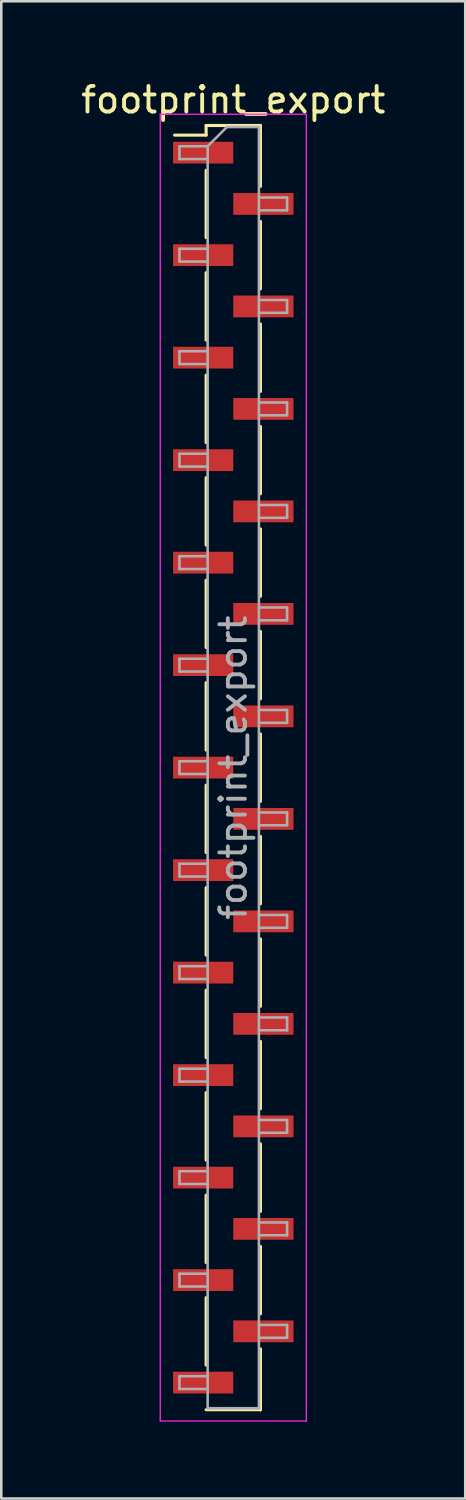
<source format=kicad_pcb>
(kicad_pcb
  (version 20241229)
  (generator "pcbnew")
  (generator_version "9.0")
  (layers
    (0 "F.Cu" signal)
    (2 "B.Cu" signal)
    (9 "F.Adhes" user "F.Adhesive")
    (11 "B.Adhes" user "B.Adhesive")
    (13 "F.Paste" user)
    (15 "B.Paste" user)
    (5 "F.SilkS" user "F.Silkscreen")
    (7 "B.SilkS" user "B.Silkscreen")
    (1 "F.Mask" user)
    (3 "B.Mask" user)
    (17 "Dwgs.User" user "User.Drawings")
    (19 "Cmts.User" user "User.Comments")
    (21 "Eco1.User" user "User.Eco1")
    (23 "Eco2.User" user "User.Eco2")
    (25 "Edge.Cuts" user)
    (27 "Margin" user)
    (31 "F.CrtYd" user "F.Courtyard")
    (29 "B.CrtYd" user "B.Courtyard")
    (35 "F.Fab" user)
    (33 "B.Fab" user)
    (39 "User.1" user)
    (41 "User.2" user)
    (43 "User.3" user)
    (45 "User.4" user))
  (footprint "footprint_export"
    (layer "F.Cu")
    (at 6.054 26.908)
    (property "Reference" "footprint_export" (at 0 -26.06 0) (layer "F.SilkS") (effects (font (size 1 1) (thickness 0.15))))
    (attr smd)
    (fp_line (start -1.06 -25.06) (end -1.06 -24.685) (stroke (width 0.12) (type solid)) (layer "F.SilkS"))
    (fp_line (start -1.06 -25.06) (end 1.06 -25.06) (stroke (width 0.12) (type solid)) (layer "F.SilkS"))
    (fp_line (start -1.06 -24.685) (end -2.29 -24.685) (stroke (width 0.12) (type solid)) (layer "F.SilkS"))
    (fp_line (start -1.06 -23.315) (end -1.06 -20.685) (stroke (width 0.12) (type solid)) (layer "F.SilkS"))
    (fp_line (start -1.06 -19.315) (end -1.06 -16.685) (stroke (width 0.12) (type solid)) (layer "F.SilkS"))
    (fp_line (start -1.06 -15.315) (end -1.06 -12.685) (stroke (width 0.12) (type solid)) (layer "F.SilkS"))
    (fp_line (start -1.06 -11.315) (end -1.06 -8.685) (stroke (width 0.12) (type solid)) (layer "F.SilkS"))
    (fp_line (start -1.06 -7.315) (end -1.06 -4.685) (stroke (width 0.12) (type solid)) (layer "F.SilkS"))
    (fp_line (start -1.06 -3.315) (end -1.06 -0.685) (stroke (width 0.12) (type solid)) (layer "F.SilkS"))
    (fp_line (start -1.06 0.685) (end -1.06 3.315) (stroke (width 0.12) (type solid)) (layer "F.SilkS"))
    (fp_line (start -1.06 4.685) (end -1.06 7.315) (stroke (width 0.12) (type solid)) (layer "F.SilkS"))
    (fp_line (start -1.06 8.685) (end -1.06 11.315) (stroke (width 0.12) (type solid)) (layer "F.SilkS"))
    (fp_line (start -1.06 12.685) (end -1.06 15.315) (stroke (width 0.12) (type solid)) (layer "F.SilkS"))
    (fp_line (start -1.06 16.685) (end -1.06 19.315) (stroke (width 0.12) (type solid)) (layer "F.SilkS"))
    (fp_line (start -1.06 20.685) (end -1.06 23.315) (stroke (width 0.12) (type solid)) (layer "F.SilkS"))
    (fp_line (start -1.06 25.06) (end 1.06 25.06) (stroke (width 0.12) (type solid)) (layer "F.SilkS"))
    (fp_line (start 1.06 -25.06) (end 1.06 -22.685) (stroke (width 0.12) (type solid)) (layer "F.SilkS"))
    (fp_line (start 1.06 -21.315) (end 1.06 -18.685) (stroke (width 0.12) (type solid)) (layer "F.SilkS"))
    (fp_line (start 1.06 -17.315) (end 1.06 -14.685) (stroke (width 0.12) (type solid)) (layer "F.SilkS"))
    (fp_line (start 1.06 -13.315) (end 1.06 -10.685) (stroke (width 0.12) (type solid)) (layer "F.SilkS"))
    (fp_line (start 1.06 -9.315) (end 1.06 -6.685) (stroke (width 0.12) (type solid)) (layer "F.SilkS"))
    (fp_line (start 1.06 -5.315) (end 1.06 -2.685) (stroke (width 0.12) (type solid)) (layer "F.SilkS"))
    (fp_line (start 1.06 -1.315) (end 1.06 1.315) (stroke (width 0.12) (type solid)) (layer "F.SilkS"))
    (fp_line (start 1.06 2.685) (end 1.06 5.315) (stroke (width 0.12) (type solid)) (layer "F.SilkS"))
    (fp_line (start 1.06 6.685) (end 1.06 9.315) (stroke (width 0.12) (type solid)) (layer "F.SilkS"))
    (fp_line (start 1.06 10.685) (end 1.06 13.315) (stroke (width 0.12) (type solid)) (layer "F.SilkS"))
    (fp_line (start 1.06 14.685) (end 1.06 17.315) (stroke (width 0.12) (type solid)) (layer "F.SilkS"))
    (fp_line (start 1.06 18.685) (end 1.06 21.315) (stroke (width 0.12) (type solid)) (layer "F.SilkS"))
    (fp_line (start 1.06 22.685) (end 1.06 25.06) (stroke (width 0.12) (type solid)) (layer "F.SilkS"))
    (fp_line (start 1.06 24.685) (end 1.06 25.06) (stroke (width 0.12) (type solid)) (layer "F.SilkS"))
    (fp_line (start -2.85 -25.5) (end -2.85 25.5) (stroke (width 0.05) (type solid)) (layer "F.CrtYd"))
    (fp_line (start -2.85 25.5) (end 2.85 25.5) (stroke (width 0.05) (type solid)) (layer "F.CrtYd"))
    (fp_line (start 2.85 -25.5) (end -2.85 -25.5) (stroke (width 0.05) (type solid)) (layer "F.CrtYd"))
    (fp_line (start 2.85 25.5) (end 2.85 -25.5) (stroke (width 0.05) (type solid)) (layer "F.CrtYd"))
    (fp_line (start -2.1 -24.25) (end -2.1 -23.75) (stroke (width 0.1) (type solid)) (layer "F.Fab"))
    (fp_line (start -2.1 -23.75) (end -1 -23.75) (stroke (width 0.1) (type solid)) (layer "F.Fab"))
    (fp_line (start -2.1 -20.25) (end -2.1 -19.75) (stroke (width 0.1) (type solid)) (layer "F.Fab"))
    (fp_line (start -2.1 -19.75) (end -1 -19.75) (stroke (width 0.1) (type solid)) (layer "F.Fab"))
    (fp_line (start -2.1 -16.25) (end -2.1 -15.75) (stroke (width 0.1) (type solid)) (layer "F.Fab"))
    (fp_line (start -2.1 -15.75) (end -1 -15.75) (stroke (width 0.1) (type solid)) (layer "F.Fab"))
    (fp_line (start -2.1 -12.25) (end -2.1 -11.75) (stroke (width 0.1) (type solid)) (layer "F.Fab"))
    (fp_line (start -2.1 -11.75) (end -1 -11.75) (stroke (width 0.1) (type solid)) (layer "F.Fab"))
    (fp_line (start -2.1 -8.25) (end -2.1 -7.75) (stroke (width 0.1) (type solid)) (layer "F.Fab"))
    (fp_line (start -2.1 -7.75) (end -1 -7.75) (stroke (width 0.1) (type solid)) (layer "F.Fab"))
    (fp_line (start -2.1 -4.25) (end -2.1 -3.75) (stroke (width 0.1) (type solid)) (layer "F.Fab"))
    (fp_line (start -2.1 -3.75) (end -1 -3.75) (stroke (width 0.1) (type solid)) (layer "F.Fab"))
    (fp_line (start -2.1 -0.25) (end -2.1 0.25) (stroke (width 0.1) (type solid)) (layer "F.Fab"))
    (fp_line (start -2.1 0.25) (end -1 0.25) (stroke (width 0.1) (type solid)) (layer "F.Fab"))
    (fp_line (start -2.1 3.75) (end -2.1 4.25) (stroke (width 0.1) (type solid)) (layer "F.Fab"))
    (fp_line (start -2.1 4.25) (end -1 4.25) (stroke (width 0.1) (type solid)) (layer "F.Fab"))
    (fp_line (start -2.1 7.75) (end -2.1 8.25) (stroke (width 0.1) (type solid)) (layer "F.Fab"))
    (fp_line (start -2.1 8.25) (end -1 8.25) (stroke (width 0.1) (type solid)) (layer "F.Fab"))
    (fp_line (start -2.1 11.75) (end -2.1 12.25) (stroke (width 0.1) (type solid)) (layer "F.Fab"))
    (fp_line (start -2.1 12.25) (end -1 12.25) (stroke (width 0.1) (type solid)) (layer "F.Fab"))
    (fp_line (start -2.1 15.75) (end -2.1 16.25) (stroke (width 0.1) (type solid)) (layer "F.Fab"))
    (fp_line (start -2.1 16.25) (end -1 16.25) (stroke (width 0.1) (type solid)) (layer "F.Fab"))
    (fp_line (start -2.1 19.75) (end -2.1 20.25) (stroke (width 0.1) (type solid)) (layer "F.Fab"))
    (fp_line (start -2.1 20.25) (end -1 20.25) (stroke (width 0.1) (type solid)) (layer "F.Fab"))
    (fp_line (start -2.1 23.75) (end -2.1 24.25) (stroke (width 0.1) (type solid)) (layer "F.Fab"))
    (fp_line (start -2.1 24.25) (end -1 24.25) (stroke (width 0.1) (type solid)) (layer "F.Fab"))
    (fp_line (start -1 -24.25) (end -2.1 -24.25) (stroke (width 0.1) (type solid)) (layer "F.Fab"))
    (fp_line (start -1 -24.25) (end -0.25 -25) (stroke (width 0.1) (type solid)) (layer "F.Fab"))
    (fp_line (start -1 -20.25) (end -2.1 -20.25) (stroke (width 0.1) (type solid)) (layer "F.Fab"))
    (fp_line (start -1 -16.25) (end -2.1 -16.25) (stroke (width 0.1) (type solid)) (layer "F.Fab"))
    (fp_line (start -1 -12.25) (end -2.1 -12.25) (stroke (width 0.1) (type solid)) (layer "F.Fab"))
    (fp_line (start -1 -8.25) (end -2.1 -8.25) (stroke (width 0.1) (type solid)) (layer "F.Fab"))
    (fp_line (start -1 -4.25) (end -2.1 -4.25) (stroke (width 0.1) (type solid)) (layer "F.Fab"))
    (fp_line (start -1 -0.25) (end -2.1 -0.25) (stroke (width 0.1) (type solid)) (layer "F.Fab"))
    (fp_line (start -1 3.75) (end -2.1 3.75) (stroke (width 0.1) (type solid)) (layer "F.Fab"))
    (fp_line (start -1 7.75) (end -2.1 7.75) (stroke (width 0.1) (type solid)) (layer "F.Fab"))
    (fp_line (start -1 11.75) (end -2.1 11.75) (stroke (width 0.1) (type solid)) (layer "F.Fab"))
    (fp_line (start -1 15.75) (end -2.1 15.75) (stroke (width 0.1) (type solid)) (layer "F.Fab"))
    (fp_line (start -1 19.75) (end -2.1 19.75) (stroke (width 0.1) (type solid)) (layer "F.Fab"))
    (fp_line (start -1 23.75) (end -2.1 23.75) (stroke (width 0.1) (type solid)) (layer "F.Fab"))
    (fp_line (start -1 25) (end -1 -24.25) (stroke (width 0.1) (type solid)) (layer "F.Fab"))
    (fp_line (start -0.25 -25) (end 1 -25) (stroke (width 0.1) (type solid)) (layer "F.Fab"))
    (fp_line (start 1 -25) (end 1 25) (stroke (width 0.1) (type solid)) (layer "F.Fab"))
    (fp_line (start 1 -22.25) (end 2.1 -22.25) (stroke (width 0.1) (type solid)) (layer "F.Fab"))
    (fp_line (start 1 -18.25) (end 2.1 -18.25) (stroke (width 0.1) (type solid)) (layer "F.Fab"))
    (fp_line (start 1 -14.25) (end 2.1 -14.25) (stroke (width 0.1) (type solid)) (layer "F.Fab"))
    (fp_line (start 1 -10.25) (end 2.1 -10.25) (stroke (width 0.1) (type solid)) (layer "F.Fab"))
    (fp_line (start 1 -6.25) (end 2.1 -6.25) (stroke (width 0.1) (type solid)) (layer "F.Fab"))
    (fp_line (start 1 -2.25) (end 2.1 -2.25) (stroke (width 0.1) (type solid)) (layer "F.Fab"))
    (fp_line (start 1 1.75) (end 2.1 1.75) (stroke (width 0.1) (type solid)) (layer "F.Fab"))
    (fp_line (start 1 5.75) (end 2.1 5.75) (stroke (width 0.1) (type solid)) (layer "F.Fab"))
    (fp_line (start 1 9.75) (end 2.1 9.75) (stroke (width 0.1) (type solid)) (layer "F.Fab"))
    (fp_line (start 1 13.75) (end 2.1 13.75) (stroke (width 0.1) (type solid)) (layer "F.Fab"))
    (fp_line (start 1 17.75) (end 2.1 17.75) (stroke (width 0.1) (type solid)) (layer "F.Fab"))
    (fp_line (start 1 21.75) (end 2.1 21.75) (stroke (width 0.1) (type solid)) (layer "F.Fab"))
    (fp_line (start 1 25) (end -1 25) (stroke (width 0.1) (type solid)) (layer "F.Fab"))
    (fp_line (start 2.1 -22.25) (end 2.1 -21.75) (stroke (width 0.1) (type solid)) (layer "F.Fab"))
    (fp_line (start 2.1 -21.75) (end 1 -21.75) (stroke (width 0.1) (type solid)) (layer "F.Fab"))
    (fp_line (start 2.1 -18.25) (end 2.1 -17.75) (stroke (width 0.1) (type solid)) (layer "F.Fab"))
    (fp_line (start 2.1 -17.75) (end 1 -17.75) (stroke (width 0.1) (type solid)) (layer "F.Fab"))
    (fp_line (start 2.1 -14.25) (end 2.1 -13.75) (stroke (width 0.1) (type solid)) (layer "F.Fab"))
    (fp_line (start 2.1 -13.75) (end 1 -13.75) (stroke (width 0.1) (type solid)) (layer "F.Fab"))
    (fp_line (start 2.1 -10.25) (end 2.1 -9.75) (stroke (width 0.1) (type solid)) (layer "F.Fab"))
    (fp_line (start 2.1 -9.75) (end 1 -9.75) (stroke (width 0.1) (type solid)) (layer "F.Fab"))
    (fp_line (start 2.1 -6.25) (end 2.1 -5.75) (stroke (width 0.1) (type solid)) (layer "F.Fab"))
    (fp_line (start 2.1 -5.75) (end 1 -5.75) (stroke (width 0.1) (type solid)) (layer "F.Fab"))
    (fp_line (start 2.1 -2.25) (end 2.1 -1.75) (stroke (width 0.1) (type solid)) (layer "F.Fab"))
    (fp_line (start 2.1 -1.75) (end 1 -1.75) (stroke (width 0.1) (type solid)) (layer "F.Fab"))
    (fp_line (start 2.1 1.75) (end 2.1 2.25) (stroke (width 0.1) (type solid)) (layer "F.Fab"))
    (fp_line (start 2.1 2.25) (end 1 2.25) (stroke (width 0.1) (type solid)) (layer "F.Fab"))
    (fp_line (start 2.1 5.75) (end 2.1 6.25) (stroke (width 0.1) (type solid)) (layer "F.Fab"))
    (fp_line (start 2.1 6.25) (end 1 6.25) (stroke (width 0.1) (type solid)) (layer "F.Fab"))
    (fp_line (start 2.1 9.75) (end 2.1 10.25) (stroke (width 0.1) (type solid)) (layer "F.Fab"))
    (fp_line (start 2.1 10.25) (end 1 10.25) (stroke (width 0.1) (type solid)) (layer "F.Fab"))
    (fp_line (start 2.1 13.75) (end 2.1 14.25) (stroke (width 0.1) (type solid)) (layer "F.Fab"))
    (fp_line (start 2.1 14.25) (end 1 14.25) (stroke (width 0.1) (type solid)) (layer "F.Fab"))
    (fp_line (start 2.1 17.75) (end 2.1 18.25) (stroke (width 0.1) (type solid)) (layer "F.Fab"))
    (fp_line (start 2.1 18.25) (end 1 18.25) (stroke (width 0.1) (type solid)) (layer "F.Fab"))
    (fp_line (start 2.1 21.75) (end 2.1 22.25) (stroke (width 0.1) (type solid)) (layer "F.Fab"))
    (fp_line (start 2.1 22.25) (end 1 22.25) (stroke (width 0.1) (type solid)) (layer "F.Fab"))
    (fp_text user "${REFERENCE}" (at 0 0 90) (layer "F.Fab") (effects (font (size 1 1) (thickness 0.15))))
    (pad "1" smd rect (at -1.175 -24) (size 2.35 0.85) (layers "F.Cu" "F.Mask" "F.Paste"))
    (pad "2" smd rect (at 1.175 -22) (size 2.35 0.85) (layers "F.Cu" "F.Mask" "F.Paste"))
    (pad "3" smd rect (at -1.175 -20) (size 2.35 0.85) (layers "F.Cu" "F.Mask" "F.Paste"))
    (pad "4" smd rect (at 1.175 -18) (size 2.35 0.85) (layers "F.Cu" "F.Mask" "F.Paste"))
    (pad "5" smd rect (at -1.175 -16) (size 2.35 0.85) (layers "F.Cu" "F.Mask" "F.Paste"))
    (pad "6" smd rect (at 1.175 -14) (size 2.35 0.85) (layers "F.Cu" "F.Mask" "F.Paste"))
    (pad "7" smd rect (at -1.175 -12) (size 2.35 0.85) (layers "F.Cu" "F.Mask" "F.Paste"))
    (pad "8" smd rect (at 1.175 -10) (size 2.35 0.85) (layers "F.Cu" "F.Mask" "F.Paste"))
    (pad "9" smd rect (at -1.175 -8) (size 2.35 0.85) (layers "F.Cu" "F.Mask" "F.Paste"))
    (pad "10" smd rect (at 1.175 -6) (size 2.35 0.85) (layers "F.Cu" "F.Mask" "F.Paste"))
    (pad "11" smd rect (at -1.175 -4) (size 2.35 0.85) (layers "F.Cu" "F.Mask" "F.Paste"))
    (pad "12" smd rect (at 1.175 -2) (size 2.35 0.85) (layers "F.Cu" "F.Mask" "F.Paste"))
    (pad "13" smd rect (at -1.175 0) (size 2.35 0.85) (layers "F.Cu" "F.Mask" "F.Paste"))
    (pad "14" smd rect (at 1.175 2) (size 2.35 0.85) (layers "F.Cu" "F.Mask" "F.Paste"))
    (pad "15" smd rect (at -1.175 4) (size 2.35 0.85) (layers "F.Cu" "F.Mask" "F.Paste"))
    (pad "16" smd rect (at 1.175 6) (size 2.35 0.85) (layers "F.Cu" "F.Mask" "F.Paste"))
    (pad "17" smd rect (at -1.175 8) (size 2.35 0.85) (layers "F.Cu" "F.Mask" "F.Paste"))
    (pad "18" smd rect (at 1.175 10) (size 2.35 0.85) (layers "F.Cu" "F.Mask" "F.Paste"))
    (pad "19" smd rect (at -1.175 12) (size 2.35 0.85) (layers "F.Cu" "F.Mask" "F.Paste"))
    (pad "20" smd rect (at 1.175 14) (size 2.35 0.85) (layers "F.Cu" "F.Mask" "F.Paste"))
    (pad "21" smd rect (at -1.175 16) (size 2.35 0.85) (layers "F.Cu" "F.Mask" "F.Paste"))
    (pad "22" smd rect (at 1.175 18) (size 2.35 0.85) (layers "F.Cu" "F.Mask" "F.Paste"))
    (pad "23" smd rect (at -1.175 20) (size 2.35 0.85) (layers "F.Cu" "F.Mask" "F.Paste"))
    (pad "24" smd rect (at 1.175 22) (size 2.35 0.85) (layers "F.Cu" "F.Mask" "F.Paste"))
    (pad "25" smd rect (at -1.175 24) (size 2.35 0.85) (layers "F.Cu" "F.Mask" "F.Paste")))
  (gr_rect
    (start -3 -3)
    (end 15.107 55.433)
    (stroke (width 0.1) (type default))
    (fill no)
    (layer "Edge.Cuts")))
</source>
